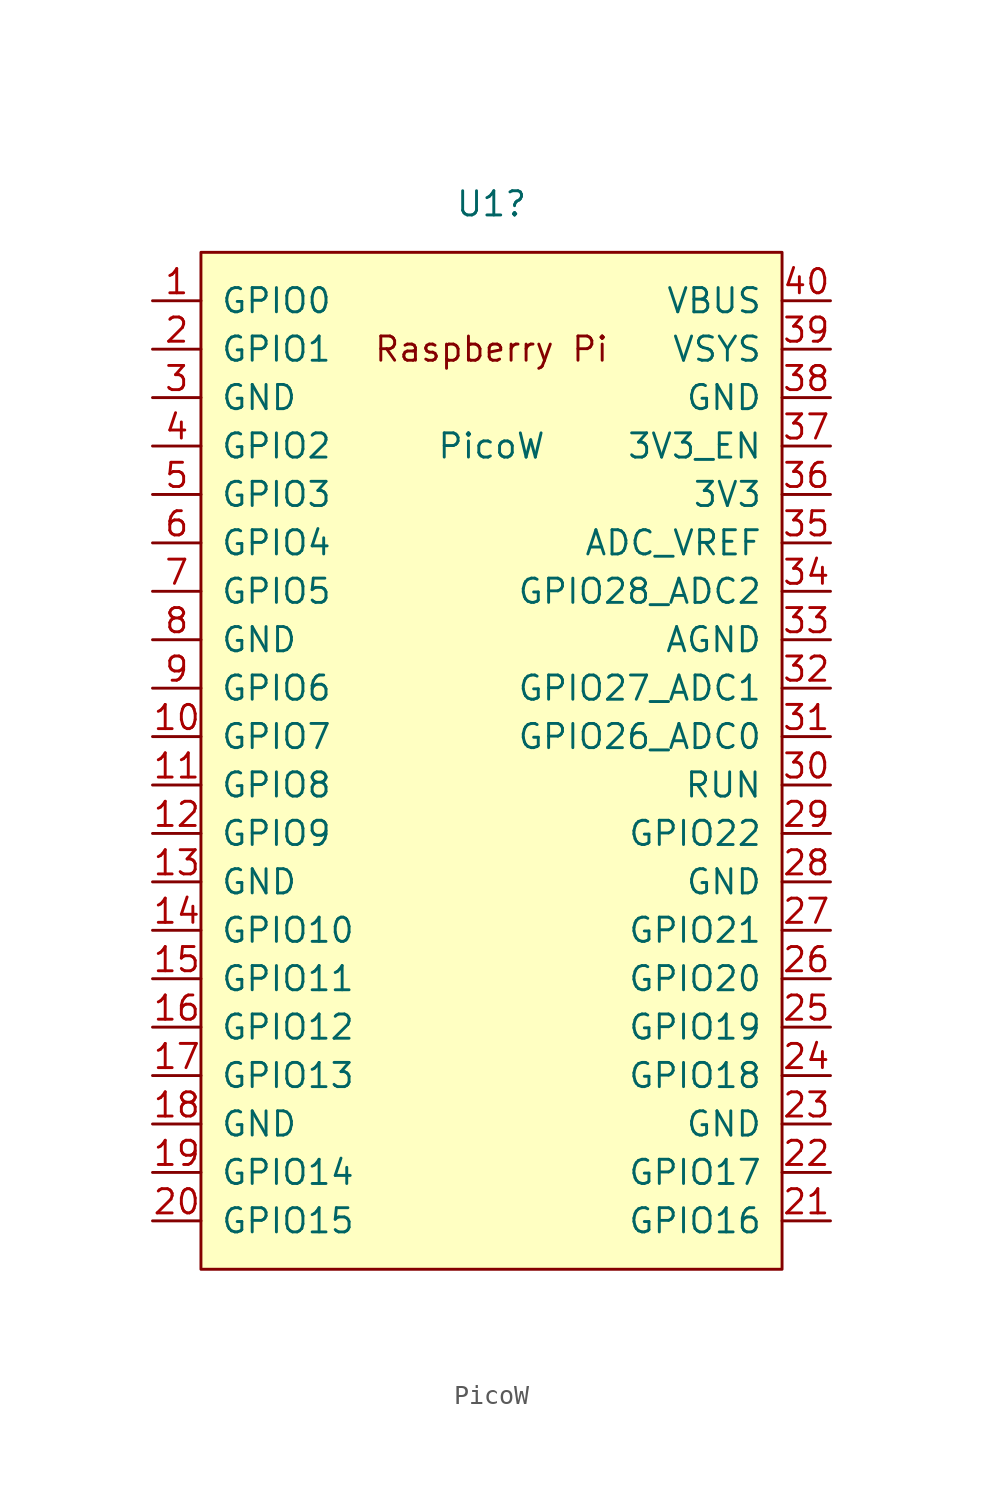
<source format=kicad_sym>
(kicad_symbol_lib
  (version 20231120)
  (generator "kicad_symbol_editor")
  (generator_version "8.0")
  (symbol "PicoW"
    (pin_names
      (offset 1.016))
    (property "Reference" "U1"
      (at 0 29.21 0)
      (effects (font (size 1.27 1.27))))
    (property "Value" "PicoW"
      (at 0 16.51 0)
      (effects (font (size 1.27 1.27))))
    (symbol "PicoW_0_0"
      (text "Raspberry Pi" (at 0 21.59 0) (effects (font (size 1.27 1.27)))))
    (symbol "PicoW_0_1"
      (rectangle (start -15.24 26.67) (end 15.24 -26.67) (stroke (width 0) (type default)) (fill (type background))))
    (symbol "PicoW_1_1"
      (pin bidirectional line (at -17.78 24.13 0) (length 2.54) (name "GPIO0" (effects (font (size 1.27 1.27)))) (number "1" (effects (font (size 1.27 1.27)))))
      (pin bidirectional line (at -17.78 1.27 0) (length 2.54) (name "GPIO7" (effects (font (size 1.27 1.27)))) (number "10" (effects (font (size 1.27 1.27)))))
      (pin bidirectional line (at -17.78 -1.27 0) (length 2.54) (name "GPIO8" (effects (font (size 1.27 1.27)))) (number "11" (effects (font (size 1.27 1.27)))))
      (pin bidirectional line (at -17.78 -3.81 0) (length 2.54) (name "GPIO9" (effects (font (size 1.27 1.27)))) (number "12" (effects (font (size 1.27 1.27)))))
      (pin power_in line (at -17.78 -6.35 0) (length 2.54) (name "GND" (effects (font (size 1.27 1.27)))) (number "13" (effects (font (size 1.27 1.27)))))
      (pin bidirectional line (at -17.78 -8.89 0) (length 2.54) (name "GPIO10" (effects (font (size 1.27 1.27)))) (number "14" (effects (font (size 1.27 1.27)))))
      (pin bidirectional line (at -17.78 -11.43 0) (length 2.54) (name "GPIO11" (effects (font (size 1.27 1.27)))) (number "15" (effects (font (size 1.27 1.27)))))
      (pin bidirectional line (at -17.78 -13.97 0) (length 2.54) (name "GPIO12" (effects (font (size 1.27 1.27)))) (number "16" (effects (font (size 1.27 1.27)))))
      (pin bidirectional line (at -17.78 -16.51 0) (length 2.54) (name "GPIO13" (effects (font (size 1.27 1.27)))) (number "17" (effects (font (size 1.27 1.27)))))
      (pin power_in line (at -17.78 -19.05 0) (length 2.54) (name "GND" (effects (font (size 1.27 1.27)))) (number "18" (effects (font (size 1.27 1.27)))))
      (pin bidirectional line (at -17.78 -21.59 0) (length 2.54) (name "GPIO14" (effects (font (size 1.27 1.27)))) (number "19" (effects (font (size 1.27 1.27)))))
      (pin bidirectional line (at -17.78 21.59 0) (length 2.54) (name "GPIO1" (effects (font (size 1.27 1.27)))) (number "2" (effects (font (size 1.27 1.27)))))
      (pin bidirectional line (at -17.78 -24.13 0) (length 2.54) (name "GPIO15" (effects (font (size 1.27 1.27)))) (number "20" (effects (font (size 1.27 1.27)))))
      (pin bidirectional line (at 17.78 -24.13 180) (length 2.54) (name "GPIO16" (effects (font (size 1.27 1.27)))) (number "21" (effects (font (size 1.27 1.27)))))
      (pin bidirectional line (at 17.78 -21.59 180) (length 2.54) (name "GPIO17" (effects (font (size 1.27 1.27)))) (number "22" (effects (font (size 1.27 1.27)))))
      (pin power_in line (at 17.78 -19.05 180) (length 2.54) (name "GND" (effects (font (size 1.27 1.27)))) (number "23" (effects (font (size 1.27 1.27)))))
      (pin bidirectional line (at 17.78 -16.51 180) (length 2.54) (name "GPIO18" (effects (font (size 1.27 1.27)))) (number "24" (effects (font (size 1.27 1.27)))))
      (pin bidirectional line (at 17.78 -13.97 180) (length 2.54) (name "GPIO19" (effects (font (size 1.27 1.27)))) (number "25" (effects (font (size 1.27 1.27)))))
      (pin bidirectional line (at 17.78 -11.43 180) (length 2.54) (name "GPIO20" (effects (font (size 1.27 1.27)))) (number "26" (effects (font (size 1.27 1.27)))))
      (pin bidirectional line (at 17.78 -8.89 180) (length 2.54) (name "GPIO21" (effects (font (size 1.27 1.27)))) (number "27" (effects (font (size 1.27 1.27)))))
      (pin power_in line (at 17.78 -6.35 180) (length 2.54) (name "GND" (effects (font (size 1.27 1.27)))) (number "28" (effects (font (size 1.27 1.27)))))
      (pin bidirectional line (at 17.78 -3.81 180) (length 2.54) (name "GPIO22" (effects (font (size 1.27 1.27)))) (number "29" (effects (font (size 1.27 1.27)))))
      (pin power_in line (at -17.78 19.05 0) (length 2.54) (name "GND" (effects (font (size 1.27 1.27)))) (number "3" (effects (font (size 1.27 1.27)))))
      (pin input line (at 17.78 -1.27 180) (length 2.54) (name "RUN" (effects (font (size 1.27 1.27)))) (number "30" (effects (font (size 1.27 1.27)))))
      (pin bidirectional line (at 17.78 1.27 180) (length 2.54) (name "GPIO26_ADC0" (effects (font (size 1.27 1.27)))) (number "31" (effects (font (size 1.27 1.27)))))
      (pin bidirectional line (at 17.78 3.81 180) (length 2.54) (name "GPIO27_ADC1" (effects (font (size 1.27 1.27)))) (number "32" (effects (font (size 1.27 1.27)))))
      (pin power_in line (at 17.78 6.35 180) (length 2.54) (name "AGND" (effects (font (size 1.27 1.27)))) (number "33" (effects (font (size 1.27 1.27)))))
      (pin bidirectional line (at 17.78 8.89 180) (length 2.54) (name "GPIO28_ADC2" (effects (font (size 1.27 1.27)))) (number "34" (effects (font (size 1.27 1.27)))))
      (pin unspecified line (at 17.78 11.43 180) (length 2.54) (name "ADC_VREF" (effects (font (size 1.27 1.27)))) (number "35" (effects (font (size 1.27 1.27)))))
      (pin power_out line (at 17.78 13.97 180) (length 2.54) (name "3V3" (effects (font (size 1.27 1.27)))) (number "36" (effects (font (size 1.27 1.27)))))
      (pin input line (at 17.78 16.51 180) (length 2.54) (name "3V3_EN" (effects (font (size 1.27 1.27)))) (number "37" (effects (font (size 1.27 1.27)))))
      (pin bidirectional line (at 17.78 19.05 180) (length 2.54) (name "GND" (effects (font (size 1.27 1.27)))) (number "38" (effects (font (size 1.27 1.27)))))
      (pin power_in line (at 17.78 21.59 180) (length 2.54) (name "VSYS" (effects (font (size 1.27 1.27)))) (number "39" (effects (font (size 1.27 1.27)))))
      (pin bidirectional line (at -17.78 16.51 0) (length 2.54) (name "GPIO2" (effects (font (size 1.27 1.27)))) (number "4" (effects (font (size 1.27 1.27)))))
      (pin power_out line (at 17.78 24.13 180) (length 2.54) (name "VBUS" (effects (font (size 1.27 1.27)))) (number "40" (effects (font (size 1.27 1.27)))))
      (pin bidirectional line (at -17.78 13.97 0) (length 2.54) (name "GPIO3" (effects (font (size 1.27 1.27)))) (number "5" (effects (font (size 1.27 1.27)))))
      (pin bidirectional line (at -17.78 11.43 0) (length 2.54) (name "GPIO4" (effects (font (size 1.27 1.27)))) (number "6" (effects (font (size 1.27 1.27)))))
      (pin bidirectional line (at -17.78 8.89 0) (length 2.54) (name "GPIO5" (effects (font (size 1.27 1.27)))) (number "7" (effects (font (size 1.27 1.27)))))
      (pin power_in line (at -17.78 6.35 0) (length 2.54) (name "GND" (effects (font (size 1.27 1.27)))) (number "8" (effects (font (size 1.27 1.27)))))
      (pin bidirectional line (at -17.78 3.81 0) (length 2.54) (name "GPIO6" (effects (font (size 1.27 1.27)))) (number "9" (effects (font (size 1.27 1.27))))))))
</source>
